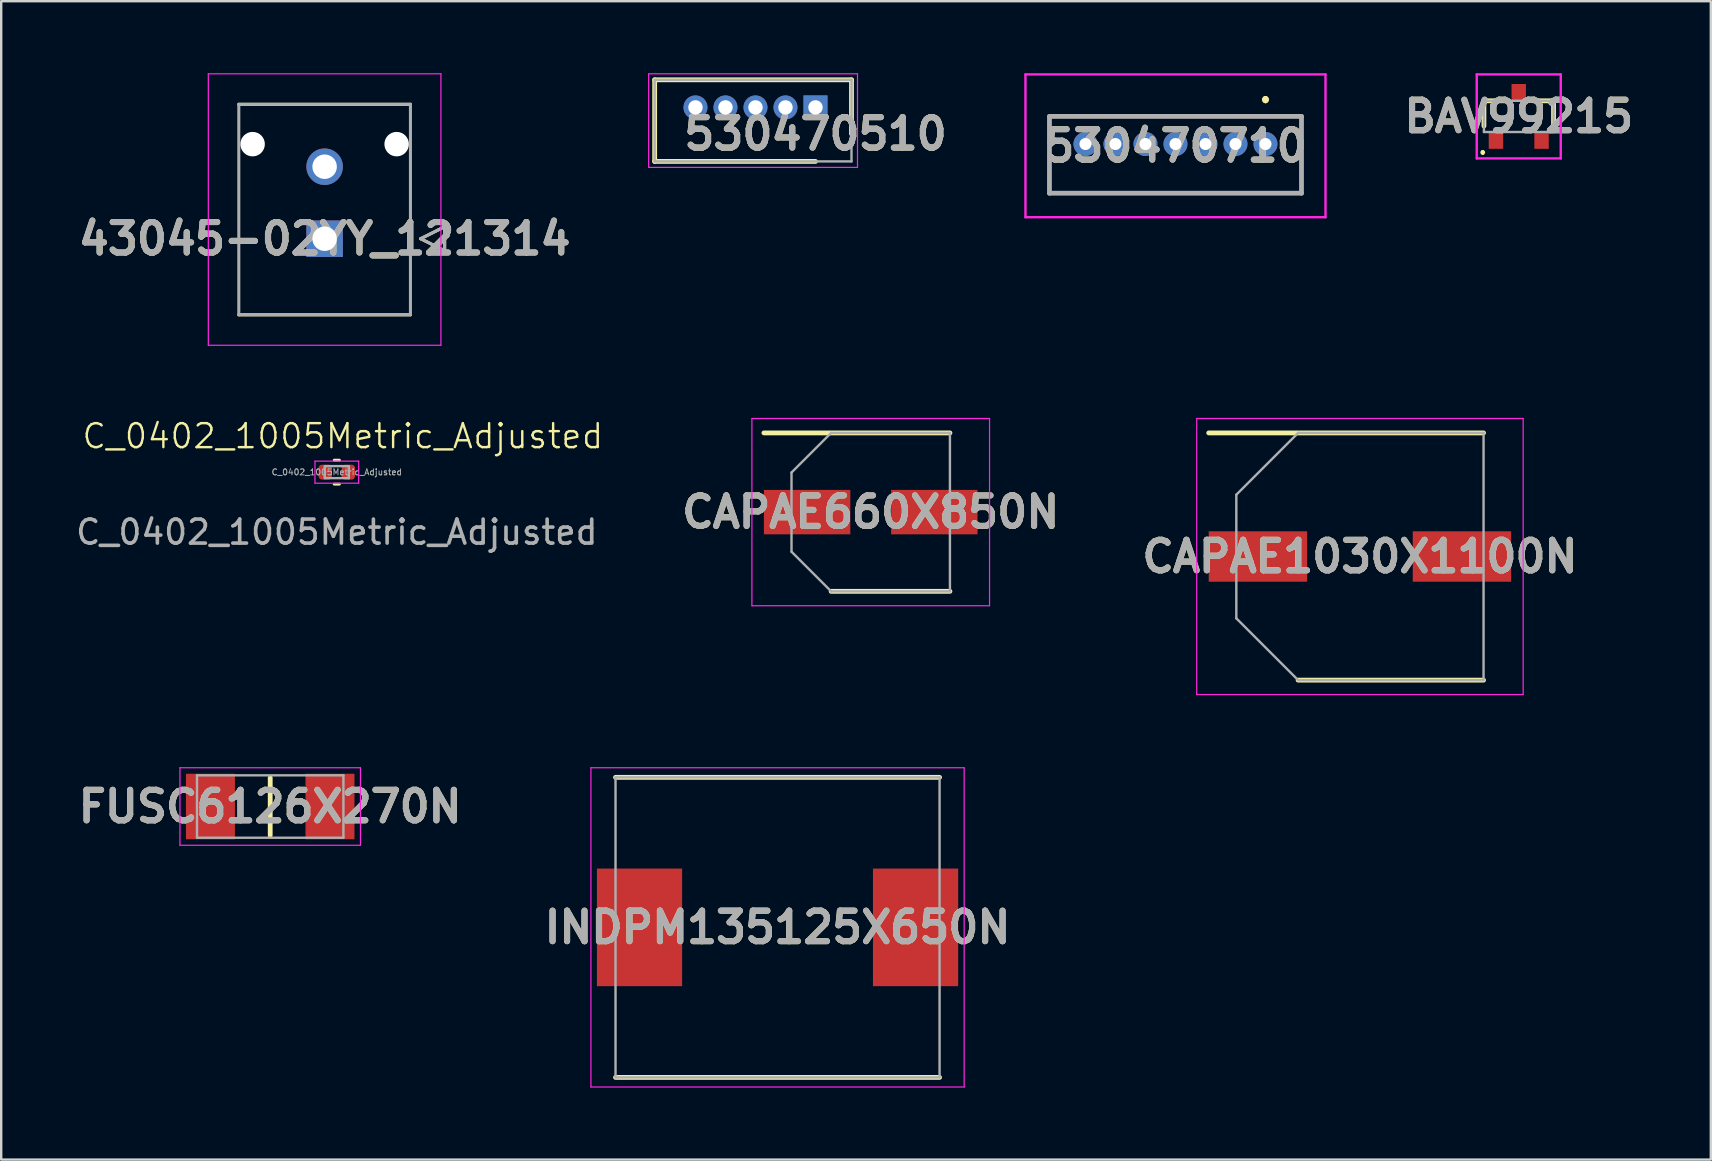
<source format=kicad_pcb>
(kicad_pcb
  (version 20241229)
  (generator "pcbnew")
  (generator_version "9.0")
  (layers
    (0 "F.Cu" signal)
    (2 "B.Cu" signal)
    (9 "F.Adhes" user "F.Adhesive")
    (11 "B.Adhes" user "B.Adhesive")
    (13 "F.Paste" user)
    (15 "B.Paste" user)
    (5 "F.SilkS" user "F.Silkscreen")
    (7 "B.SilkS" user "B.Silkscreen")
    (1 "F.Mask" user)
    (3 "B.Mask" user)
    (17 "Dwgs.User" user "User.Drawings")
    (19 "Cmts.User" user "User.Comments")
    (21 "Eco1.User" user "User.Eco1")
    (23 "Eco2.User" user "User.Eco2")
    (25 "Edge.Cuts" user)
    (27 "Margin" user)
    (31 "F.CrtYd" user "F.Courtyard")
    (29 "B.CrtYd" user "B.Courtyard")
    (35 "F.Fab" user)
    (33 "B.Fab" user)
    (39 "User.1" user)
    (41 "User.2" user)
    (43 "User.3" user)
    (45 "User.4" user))
  (footprint "43045-02YY_121314"
    (layer "F.Cu")
    (at 10.474 6.895)
    (property "Reference" "43045-02YY_121314" (at 0 0 0) (layer "F.SilkS") (effects (font (size 1.27 1.27) (thickness 0.254))))
    (attr through_hole)
    (fp_line (start -3.575 -5.6) (end 3.575 -5.6) (stroke (width 0.127) (type solid)) (layer "F.SilkS"))
    (fp_line (start 3.575 3.17) (end -3.575 3.17) (stroke (width 0.127) (type solid)) (layer "F.SilkS"))
    (fp_line (start 4 0) (end 5 -0.5) (stroke (width 0.127) (type solid)) (layer "F.SilkS"))
    (fp_line (start 5 -0.5) (end 5 0.5) (stroke (width 0.127) (type solid)) (layer "F.SilkS"))
    (fp_line (start 5 0.5) (end 4 0) (stroke (width 0.127) (type solid)) (layer "F.SilkS"))
    (fp_line (start -4.845 -6.87) (end 4.845 -6.87) (stroke (width 0.05) (type solid)) (layer "F.CrtYd"))
    (fp_line (start -4.845 4.44) (end -4.845 -6.87) (stroke (width 0.05) (type solid)) (layer "F.CrtYd"))
    (fp_line (start 4.845 -6.87) (end 4.845 4.44) (stroke (width 0.05) (type solid)) (layer "F.CrtYd"))
    (fp_line (start 4.845 4.44) (end -4.845 4.44) (stroke (width 0.05) (type solid)) (layer "F.CrtYd"))
    (fp_line (start -3.575 -5.6) (end 3.575 -5.6) (stroke (width 0.127) (type solid)) (layer "F.Fab"))
    (fp_line (start -3.575 3.17) (end -3.575 -5.6) (stroke (width 0.127) (type solid)) (layer "F.Fab"))
    (fp_line (start 3.575 -5.6) (end 3.575 3.17) (stroke (width 0.127) (type solid)) (layer "F.Fab"))
    (fp_line (start 3.575 3.17) (end -3.575 3.17) (stroke (width 0.127) (type solid)) (layer "F.Fab"))
    (fp_line (start 4 0) (end 5 -0.5) (stroke (width 0.127) (type solid)) (layer "F.Fab"))
    (fp_line (start 5 -0.5) (end 5 0.5) (stroke (width 0.127) (type solid)) (layer "F.Fab"))
    (fp_line (start 5 0.5) (end 4 0) (stroke (width 0.127) (type solid)) (layer "F.Fab"))
    (fp_text user "${REFERENCE}" (at 0 0 0) (layer "F.Fab") (effects (font (size 1.27 1.27) (thickness 0.254))))
    (pad "" np_thru_hole circle (at -3 -3.94) (size 1.02 1.02) (drill 1.02) (layers "*.Cu" "*.Mask"))
    (pad "" np_thru_hole circle (at 3 -3.94) (size 1.02 1.02) (drill 1.02) (layers "*.Cu" "*.Mask"))
    (pad "1" thru_hole rect (at 0 0) (size 1.52 1.52) (drill 1.02) (layers "*.Cu" "*.Mask"))
    (pad "2" thru_hole circle (at 0 -3) (size 1.52 1.52) (drill 1.02) (layers "*.Cu" "*.Mask")))
  (footprint "C_0402_1005Metric_Adjusted"
    (layer "F.Cu")
    (at 10.982 16.62)
    (property "Reference" "C_0402_1005Metric_Adjusted" (at 0.25 -1.5 0) (unlocked yes) (layer "F.SilkS") (effects (font (size 1 1) (thickness 0.1))))
    (attr smd)
    (fp_line (start -0.108 -0.5) (end 0.108 -0.5) (stroke (width 0.12) (type solid)) (layer "F.SilkS"))
    (fp_line (start -0.108 0.5) (end 0.108 0.5) (stroke (width 0.12) (type solid)) (layer "F.SilkS"))
    (fp_line (start -0.91 -0.46) (end 0.91 -0.46) (stroke (width 0.05) (type solid)) (layer "F.CrtYd"))
    (fp_line (start -0.91 0.46) (end -0.91 -0.46) (stroke (width 0.05) (type solid)) (layer "F.CrtYd"))
    (fp_line (start 0.91 -0.46) (end 0.91 0.46) (stroke (width 0.05) (type solid)) (layer "F.CrtYd"))
    (fp_line (start 0.91 0.46) (end -0.91 0.46) (stroke (width 0.05) (type solid)) (layer "F.CrtYd"))
    (fp_line (start -0.5 -0.25) (end 0.5 -0.25) (stroke (width 0.1) (type solid)) (layer "F.Fab"))
    (fp_line (start -0.5 0.25) (end -0.5 -0.25) (stroke (width 0.1) (type solid)) (layer "F.Fab"))
    (fp_line (start 0.5 -0.25) (end 0.5 0.25) (stroke (width 0.1) (type solid)) (layer "F.Fab"))
    (fp_line (start 0.5 0.25) (end -0.5 0.25) (stroke (width 0.1) (type solid)) (layer "F.Fab"))
    (fp_text user "${REFERENCE}" (at 0 2.5 0) (unlocked yes) (layer "F.Fab") (effects (font (size 1 1) (thickness 0.15))))
    (fp_text user "${REFERENCE}" (at 0 0 0) (layer "F.Fab") (effects (font (size 0.25 0.25) (thickness 0.04))))
    (pad "1" smd roundrect (at -0.48 0) (size 0.56 0.62) (layers "F.Cu" "F.Mask" "F.Paste") (roundrect_rratio 0.25))
    (pad "2" smd roundrect (at 0.48 0) (size 0.56 0.62) (layers "F.Cu" "F.Mask" "F.Paste") (roundrect_rratio 0.25)))
  (footprint "CAPAE1030X1100N"
    (layer "F.Cu")
    (at 53.606 20.135)
    (property "Reference" "CAPAE1030X1100N" (at 0 0 0) (layer "F.SilkS") (effects (font (size 1.27 1.27) (thickness 0.254))))
    (attr smd)
    (fp_line (start -6.3 -5.15) (end 5.15 -5.15) (stroke (width 0.2) (type solid)) (layer "F.SilkS"))
    (fp_line (start -2.575 5.15) (end 5.15 5.15) (stroke (width 0.2) (type solid)) (layer "F.SilkS"))
    (fp_line (start -6.8 -5.75) (end 6.8 -5.75) (stroke (width 0.05) (type solid)) (layer "F.CrtYd"))
    (fp_line (start -6.8 5.75) (end -6.8 -5.75) (stroke (width 0.05) (type solid)) (layer "F.CrtYd"))
    (fp_line (start 6.8 -5.75) (end 6.8 5.75) (stroke (width 0.05) (type solid)) (layer "F.CrtYd"))
    (fp_line (start 6.8 5.75) (end -6.8 5.75) (stroke (width 0.05) (type solid)) (layer "F.CrtYd"))
    (fp_line (start -5.15 -2.575) (end -5.15 2.575) (stroke (width 0.1) (type solid)) (layer "F.Fab"))
    (fp_line (start -5.15 2.575) (end -2.575 5.15) (stroke (width 0.1) (type solid)) (layer "F.Fab"))
    (fp_line (start -2.575 -5.15) (end -5.15 -2.575) (stroke (width 0.1) (type solid)) (layer "F.Fab"))
    (fp_line (start -2.575 5.15) (end 5.15 5.15) (stroke (width 0.1) (type solid)) (layer "F.Fab"))
    (fp_line (start 5.15 -5.15) (end -2.575 -5.15) (stroke (width 0.1) (type solid)) (layer "F.Fab"))
    (fp_line (start 5.15 5.15) (end 5.15 -5.15) (stroke (width 0.1) (type solid)) (layer "F.Fab"))
    (fp_text user "${REFERENCE}" (at 0 0 0) (layer "F.Fab") (effects (font (size 1.27 1.27) (thickness 0.254))))
    (pad "1" smd rect (at -4.25 0 90) (size 2.1 4.1) (layers "F.Cu" "F.Mask" "F.Paste"))
    (pad "2" smd rect (at 4.25 0 90) (size 2.1 4.1) (layers "F.Cu" "F.Mask" "F.Paste")))
  (footprint "530470710"
    (layer "F.Cu")
    (at 49.671 2.95)
    (property "Reference" "530470710" (at -3.75 0.075 0) (layer "F.SilkS") (effects (font (size 1.27 1.27) (thickness 0.254))))
    (attr through_hole)
    (fp_line (start -9 -1.15) (end 1.5 -1.15) (stroke (width 0.1) (type solid)) (layer "F.SilkS"))
    (fp_line (start -9 2.05) (end -9 -1.15) (stroke (width 0.1) (type solid)) (layer "F.SilkS"))
    (fp_line (start 0 -1.9) (end 0 -1.9) (stroke (width 0.2) (type solid)) (layer "F.SilkS"))
    (fp_line (start 0 -1.8) (end 0 -1.8) (stroke (width 0.2) (type solid)) (layer "F.SilkS"))
    (fp_line (start 1.5 -1.15) (end 1.5 2.05) (stroke (width 0.1) (type solid)) (layer "F.SilkS"))
    (fp_line (start 1.5 2.05) (end -9 2.05) (stroke (width 0.1) (type solid)) (layer "F.SilkS"))
    (fp_arc (start 0 -1.9) (mid 0.05 -1.85) (end 0 -1.8) (stroke (width 0.2) (type solid)) (layer "F.SilkS"))
    (fp_arc (start 0 -1.8) (mid -0.05 -1.85) (end 0 -1.9) (stroke (width 0.2) (type solid)) (layer "F.SilkS"))
    (fp_line (start -10 -2.9) (end 2.5 -2.9) (stroke (width 0.1) (type solid)) (layer "F.CrtYd"))
    (fp_line (start -10 3.05) (end -10 -2.9) (stroke (width 0.1) (type solid)) (layer "F.CrtYd"))
    (fp_line (start 2.5 -2.9) (end 2.5 3.05) (stroke (width 0.1) (type solid)) (layer "F.CrtYd"))
    (fp_line (start 2.5 3.05) (end -10 3.05) (stroke (width 0.1) (type solid)) (layer "F.CrtYd"))
    (fp_line (start -9 -1.15) (end 1.5 -1.15) (stroke (width 0.2) (type solid)) (layer "F.Fab"))
    (fp_line (start -9 2.05) (end -9 -1.15) (stroke (width 0.2) (type solid)) (layer "F.Fab"))
    (fp_line (start 1.5 -1.15) (end 1.5 2.05) (stroke (width 0.2) (type solid)) (layer "F.Fab"))
    (fp_line (start 1.5 2.05) (end -9 2.05) (stroke (width 0.2) (type solid)) (layer "F.Fab"))
    (fp_text user "${REFERENCE}" (at -3.75 0.075 0) (layer "F.Fab") (effects (font (size 1.27 1.27) (thickness 0.254))))
    (pad "1" thru_hole circle (at 0 0) (size 1 1) (drill 0.5) (layers "*.Cu" "*.Mask"))
    (pad "2" thru_hole circle (at -1.25 0) (size 1 1) (drill 0.5) (layers "*.Cu" "*.Mask"))
    (pad "3" thru_hole circle (at -2.5 0) (size 1 1) (drill 0.5) (layers "*.Cu" "*.Mask"))
    (pad "4" thru_hole circle (at -3.75 0) (size 1 1) (drill 0.5) (layers "*.Cu" "*.Mask"))
    (pad "5" thru_hole circle (at -5 0) (size 1 1) (drill 0.5) (layers "*.Cu" "*.Mask"))
    (pad "6" thru_hole circle (at -6.25 0) (size 1 1) (drill 0.5) (layers "*.Cu" "*.Mask"))
    (pad "7" thru_hole circle (at -7.5 0) (size 1 1) (drill 0.5) (layers "*.Cu" "*.Mask")))
  (footprint "FUSC6126X270N"
    (layer "F.Cu")
    (at 8.207 30.55)
    (property "Reference" "FUSC6126X270N" (at 0 0 0) (layer "F.SilkS") (effects (font (size 1.27 1.27) (thickness 0.254))))
    (attr smd)
    (fp_line (start 0 -1.2) (end 0 1.2) (stroke (width 0.2) (type solid)) (layer "F.SilkS"))
    (fp_line (start -3.76 -1.615) (end 3.76 -1.615) (stroke (width 0.05) (type solid)) (layer "F.CrtYd"))
    (fp_line (start -3.76 1.615) (end -3.76 -1.615) (stroke (width 0.05) (type solid)) (layer "F.CrtYd"))
    (fp_line (start 3.76 -1.615) (end 3.76 1.615) (stroke (width 0.05) (type solid)) (layer "F.CrtYd"))
    (fp_line (start 3.76 1.615) (end -3.76 1.615) (stroke (width 0.05) (type solid)) (layer "F.CrtYd"))
    (fp_line (start -3.05 -1.3) (end 3.05 -1.3) (stroke (width 0.1) (type solid)) (layer "F.Fab"))
    (fp_line (start -3.05 1.3) (end -3.05 -1.3) (stroke (width 0.1) (type solid)) (layer "F.Fab"))
    (fp_line (start 3.05 -1.3) (end 3.05 1.3) (stroke (width 0.1) (type solid)) (layer "F.Fab"))
    (fp_line (start 3.05 1.3) (end -3.05 1.3) (stroke (width 0.1) (type solid)) (layer "F.Fab"))
    (fp_text user "${REFERENCE}" (at 0 0 0) (layer "F.Fab") (effects (font (size 1.27 1.27) (thickness 0.254))))
    (pad "1" smd rect (at -2.49 0) (size 2.04 2.73) (layers "F.Cu" "F.Mask" "F.Paste"))
    (pad "2" smd rect (at 2.49 0) (size 2.04 2.73) (layers "F.Cu" "F.Mask" "F.Paste")))
  (footprint "530470510"
    (layer "F.Cu")
    (at 30.924 1.425)
    (property "Reference" "530470510" (at 0 1.1 0) (layer "F.SilkS") (effects (font (size 1.27 1.27) (thickness 0.254))))
    (attr through_hole)
    (fp_line (start -6.7 -1.15) (end 1.5 -1.15) (stroke (width 0.2) (type solid)) (layer "F.SilkS"))
    (fp_line (start -6.7 2.25) (end -6.7 -1.15) (stroke (width 0.2) (type solid)) (layer "F.SilkS"))
    (fp_line (start 0 2.25) (end -6.7 2.25) (stroke (width 0.2) (type solid)) (layer "F.SilkS"))
    (fp_line (start 1.5 -1.15) (end 1.5 1.1) (stroke (width 0.2) (type solid)) (layer "F.SilkS"))
    (fp_line (start -6.95 -1.4) (end 1.75 -1.4) (stroke (width 0.05) (type solid)) (layer "F.CrtYd"))
    (fp_line (start -6.95 2.5) (end -6.95 -1.4) (stroke (width 0.05) (type solid)) (layer "F.CrtYd"))
    (fp_line (start 1.75 -1.4) (end 1.75 2.5) (stroke (width 0.05) (type solid)) (layer "F.CrtYd"))
    (fp_line (start 1.75 2.5) (end -6.95 2.5) (stroke (width 0.05) (type solid)) (layer "F.CrtYd"))
    (fp_line (start -6.7 -1.15) (end 1.5 -1.15) (stroke (width 0.1) (type solid)) (layer "F.Fab"))
    (fp_line (start -6.7 2.25) (end -6.7 -1.15) (stroke (width 0.1) (type solid)) (layer "F.Fab"))
    (fp_line (start 1.5 -1.15) (end 1.5 2.25) (stroke (width 0.1) (type solid)) (layer "F.Fab"))
    (fp_line (start 1.5 2.25) (end -6.7 2.25) (stroke (width 0.1) (type solid)) (layer "F.Fab"))
    (fp_text user "${REFERENCE}" (at 0 1.1 0) (layer "F.Fab") (effects (font (size 1.27 1.27) (thickness 0.254))))
    (pad "1" thru_hole rect (at 0 0) (size 1 1) (drill 0.6) (layers "*.Cu" "*.Mask"))
    (pad "2" thru_hole circle (at -1.25 0) (size 1 1) (drill 0.6) (layers "*.Cu" "*.Mask"))
    (pad "3" thru_hole circle (at -2.5 0) (size 1 1) (drill 0.6) (layers "*.Cu" "*.Mask"))
    (pad "4" thru_hole circle (at -3.75 0) (size 1 1) (drill 0.6) (layers "*.Cu" "*.Mask"))
    (pad "5" thru_hole circle (at -5 0) (size 1 1) (drill 0.6) (layers "*.Cu" "*.Mask")))
  (footprint "CAPAE660X850N"
    (layer "F.Cu")
    (at 33.225 18.285)
    (property "Reference" "CAPAE660X850N" (at 0 0 0) (layer "F.SilkS") (effects (font (size 1.27 1.27) (thickness 0.254))))
    (attr smd)
    (fp_line (start -4.45 -3.3) (end 3.3 -3.3) (stroke (width 0.2) (type solid)) (layer "F.SilkS"))
    (fp_line (start -1.65 3.3) (end 3.3 3.3) (stroke (width 0.2) (type solid)) (layer "F.SilkS"))
    (fp_line (start -4.95 -3.9) (end 4.95 -3.9) (stroke (width 0.05) (type solid)) (layer "F.CrtYd"))
    (fp_line (start -4.95 3.9) (end -4.95 -3.9) (stroke (width 0.05) (type solid)) (layer "F.CrtYd"))
    (fp_line (start 4.95 -3.9) (end 4.95 3.9) (stroke (width 0.05) (type solid)) (layer "F.CrtYd"))
    (fp_line (start 4.95 3.9) (end -4.95 3.9) (stroke (width 0.05) (type solid)) (layer "F.CrtYd"))
    (fp_line (start -3.3 -1.65) (end -3.3 1.65) (stroke (width 0.1) (type solid)) (layer "F.Fab"))
    (fp_line (start -3.3 1.65) (end -1.65 3.3) (stroke (width 0.1) (type solid)) (layer "F.Fab"))
    (fp_line (start -1.65 -3.3) (end -3.3 -1.65) (stroke (width 0.1) (type solid)) (layer "F.Fab"))
    (fp_line (start -1.65 3.3) (end 3.3 3.3) (stroke (width 0.1) (type solid)) (layer "F.Fab"))
    (fp_line (start 3.3 -3.3) (end -1.65 -3.3) (stroke (width 0.1) (type solid)) (layer "F.Fab"))
    (fp_line (start 3.3 3.3) (end 3.3 -3.3) (stroke (width 0.1) (type solid)) (layer "F.Fab"))
    (fp_text user "${REFERENCE}" (at 0 0 0) (layer "F.Fab") (effects (font (size 1.27 1.27) (thickness 0.254))))
    (pad "1" smd rect (at -2.65 0 90) (size 1.85 3.6) (layers "F.Cu" "F.Mask" "F.Paste"))
    (pad "2" smd rect (at 2.65 0 90) (size 1.85 3.6) (layers "F.Cu" "F.Mask" "F.Paste")))
  (footprint "INDPM135125X650N"
    (layer "F.Cu")
    (at 29.343 35.585)
    (property "Reference" "INDPM135125X650N" (at 0 0 0) (layer "F.SilkS") (effects (font (size 1.27 1.27) (thickness 0.254))))
    (attr smd)
    (fp_line (start -6.75 6.25) (end 6.75 6.25) (stroke (width 0.2) (type solid)) (layer "F.SilkS"))
    (fp_line (start 6.75 -6.25) (end -6.75 -6.25) (stroke (width 0.2) (type solid)) (layer "F.SilkS"))
    (fp_line (start -7.775 -6.65) (end 7.775 -6.65) (stroke (width 0.05) (type solid)) (layer "F.CrtYd"))
    (fp_line (start -7.775 6.65) (end -7.775 -6.65) (stroke (width 0.05) (type solid)) (layer "F.CrtYd"))
    (fp_line (start 7.775 -6.65) (end 7.775 6.65) (stroke (width 0.05) (type solid)) (layer "F.CrtYd"))
    (fp_line (start 7.775 6.65) (end -7.775 6.65) (stroke (width 0.05) (type solid)) (layer "F.CrtYd"))
    (fp_line (start -6.75 -6.25) (end 6.75 -6.25) (stroke (width 0.1) (type solid)) (layer "F.Fab"))
    (fp_line (start -6.75 6.25) (end -6.75 -6.25) (stroke (width 0.1) (type solid)) (layer "F.Fab"))
    (fp_line (start 6.75 -6.25) (end 6.75 6.25) (stroke (width 0.1) (type solid)) (layer "F.Fab"))
    (fp_line (start 6.75 6.25) (end -6.75 6.25) (stroke (width 0.1) (type solid)) (layer "F.Fab"))
    (fp_text user "${REFERENCE}" (at 0 0 0) (layer "F.Fab") (effects (font (size 1.27 1.27) (thickness 0.254))))
    (pad "1" smd rect (at -5.75 0) (size 3.55 4.9) (layers "F.Cu" "F.Mask" "F.Paste"))
    (pad "2" smd rect (at 5.75 0) (size 3.55 4.9) (layers "F.Cu" "F.Mask" "F.Paste")))
  (footprint "BAV99215"
    (layer "F.Cu")
    (at 60.222 1.8)
    (property "Reference" "BAV99215" (at 0 0 0) (layer "F.SilkS") (effects (font (size 1.27 1.27) (thickness 0.254))))
    (attr smd)
    (fp_line (start -1.5 1.45) (end -1.5 1.45) (stroke (width 0.1) (type solid)) (layer "F.SilkS"))
    (fp_line (start -1.5 1.55) (end -1.5 1.55) (stroke (width 0.1) (type solid)) (layer "F.SilkS"))
    (fp_line (start -1.45 -0.65) (end -1.45 0.4) (stroke (width 0.2) (type solid)) (layer "F.SilkS"))
    (fp_line (start -0.6 -0.65) (end -1.45 -0.65) (stroke (width 0.2) (type solid)) (layer "F.SilkS"))
    (fp_line (start 0.6 -0.65) (end 1.45 -0.65) (stroke (width 0.2) (type solid)) (layer "F.SilkS"))
    (fp_line (start 1.45 -0.65) (end 1.45 0.4) (stroke (width 0.2) (type solid)) (layer "F.SilkS"))
    (fp_arc (start -1.5 1.45) (mid -1.45 1.5) (end -1.5 1.55) (stroke (width 0.1) (type solid)) (layer "F.SilkS"))
    (fp_arc (start -1.5 1.55) (mid -1.55 1.5) (end -1.5 1.45) (stroke (width 0.1) (type solid)) (layer "F.SilkS"))
    (fp_line (start -1.75 -1.75) (end 1.75 -1.75) (stroke (width 0.1) (type solid)) (layer "F.CrtYd"))
    (fp_line (start -1.75 1.75) (end -1.75 -1.75) (stroke (width 0.1) (type solid)) (layer "F.CrtYd"))
    (fp_line (start 1.75 -1.75) (end 1.75 1.75) (stroke (width 0.1) (type solid)) (layer "F.CrtYd"))
    (fp_line (start 1.75 1.75) (end -1.75 1.75) (stroke (width 0.1) (type solid)) (layer "F.CrtYd"))
    (fp_line (start -1.45 -0.65) (end 1.45 -0.65) (stroke (width 0.1) (type solid)) (layer "F.Fab"))
    (fp_line (start -1.45 0.65) (end -1.45 -0.65) (stroke (width 0.1) (type solid)) (layer "F.Fab"))
    (fp_line (start 1.45 -0.65) (end 1.45 0.65) (stroke (width 0.1) (type solid)) (layer "F.Fab"))
    (fp_line (start 1.45 0.65) (end -1.45 0.65) (stroke (width 0.1) (type solid)) (layer "F.Fab"))
    (fp_text user "${REFERENCE}" (at 0 0 0) (layer "F.Fab") (effects (font (size 1.27 1.27) (thickness 0.254))))
    (pad "1" smd rect (at -0.95 1) (size 0.6 0.7) (layers "F.Cu" "F.Mask" "F.Paste"))
    (pad "2" smd rect (at 0.95 1) (size 0.6 0.7) (layers "F.Cu" "F.Mask" "F.Paste"))
    (pad "3" smd rect (at 0 -1) (size 0.6 0.7) (layers "F.Cu" "F.Mask" "F.Paste")))
  (gr_rect
    (start -3 -3)
    (end 68.224 45.26)
    (stroke (width 0.1) (type default))
    (fill no)
    (layer "Edge.Cuts")))
</source>
